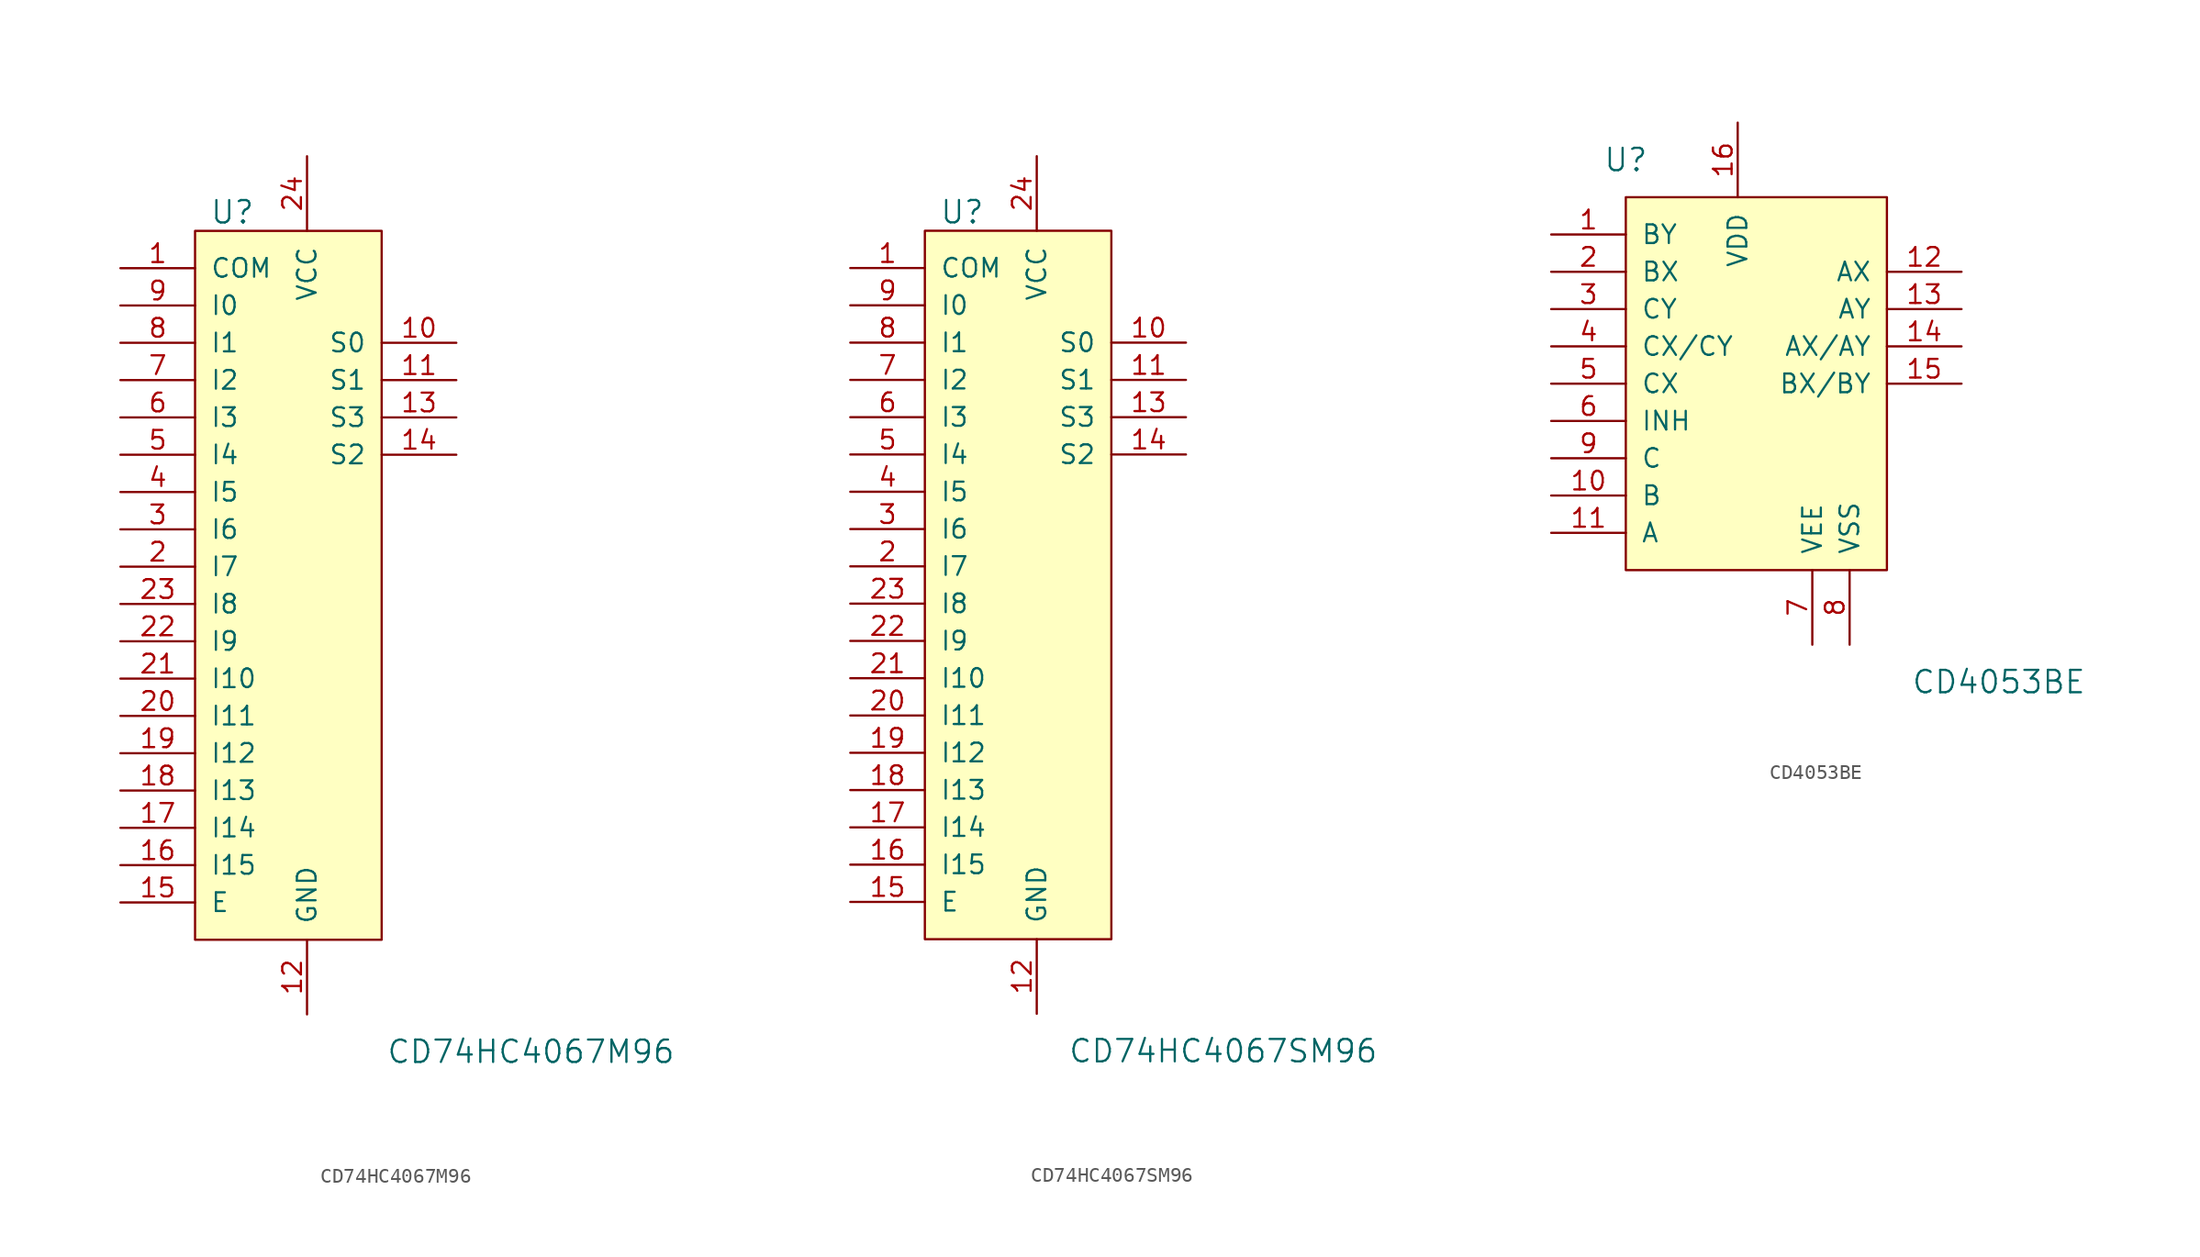
<source format=kicad_sym>
(kicad_symbol_lib
  (version 20201005)
  (generator kicad_symbol_editor)
  (symbol "CD74HC4067M96"
    (pin_names
      (offset 1.016))
    (property "Reference" "U"
      (at -2.54 24.13 0)
      (effects (font (size 1.524 1.524))))
    (property "Value" "CD74HC4067M96"
      (at 17.78 -33.02 0)
      (effects (font (size 1.524 1.524))))
    (symbol "CD74HC4067M96_0_1"
      (rectangle (start -5.08 22.86) (end 7.62 -25.4) (stroke (width 0)) (fill (type background))))
    (symbol "CD74HC4067M96_1_1"
      (pin bidirectional line (at -10.16 20.32 0) (length 5.08) (name "COM" (effects (font (size 1.27 1.27)))) (number "1" (effects (font (size 1.27 1.27)))))
      (pin input line (at -10.16 0 0) (length 5.08) (name "I7" (effects (font (size 1.27 1.27)))) (number "2" (effects (font (size 1.27 1.27)))))
      (pin input line (at -10.16 2.54 0) (length 5.08) (name "I6" (effects (font (size 1.27 1.27)))) (number "3" (effects (font (size 1.27 1.27)))))
      (pin input line (at -10.16 5.08 0) (length 5.08) (name "I5" (effects (font (size 1.27 1.27)))) (number "4" (effects (font (size 1.27 1.27)))))
      (pin input line (at -10.16 7.62 0) (length 5.08) (name "I4" (effects (font (size 1.27 1.27)))) (number "5" (effects (font (size 1.27 1.27)))))
      (pin input line (at -10.16 10.16 0) (length 5.08) (name "I3" (effects (font (size 1.27 1.27)))) (number "6" (effects (font (size 1.27 1.27)))))
      (pin input line (at -10.16 12.7 0) (length 5.08) (name "I2" (effects (font (size 1.27 1.27)))) (number "7" (effects (font (size 1.27 1.27)))))
      (pin input line (at -10.16 15.24 0) (length 5.08) (name "I1" (effects (font (size 1.27 1.27)))) (number "8" (effects (font (size 1.27 1.27)))))
      (pin input line (at -10.16 17.78 0) (length 5.08) (name "I0" (effects (font (size 1.27 1.27)))) (number "9" (effects (font (size 1.27 1.27)))))
      (pin input line (at 12.7 15.24 180) (length 5.08) (name "S0" (effects (font (size 1.27 1.27)))) (number "10" (effects (font (size 1.27 1.27)))))
      (pin input line (at -10.16 -10.16 0) (length 5.08) (name "I11" (effects (font (size 1.27 1.27)))) (number "20" (effects (font (size 1.27 1.27)))))
      (pin input line (at 12.7 12.7 180) (length 5.08) (name "S1" (effects (font (size 1.27 1.27)))) (number "11" (effects (font (size 1.27 1.27)))))
      (pin input line (at -10.16 -7.62 0) (length 5.08) (name "I10" (effects (font (size 1.27 1.27)))) (number "21" (effects (font (size 1.27 1.27)))))
      (pin power_in line (at 2.54 -30.48 90) (length 5.08) (name "GND" (effects (font (size 1.27 1.27)))) (number "12" (effects (font (size 1.27 1.27)))))
      (pin input line (at -10.16 -5.08 0) (length 5.08) (name "I9" (effects (font (size 1.27 1.27)))) (number "22" (effects (font (size 1.27 1.27)))))
      (pin input line (at 12.7 10.16 180) (length 5.08) (name "S3" (effects (font (size 1.27 1.27)))) (number "13" (effects (font (size 1.27 1.27)))))
      (pin input line (at -10.16 -2.54 0) (length 5.08) (name "I8" (effects (font (size 1.27 1.27)))) (number "23" (effects (font (size 1.27 1.27)))))
      (pin input line (at 12.7 7.62 180) (length 5.08) (name "S2" (effects (font (size 1.27 1.27)))) (number "14" (effects (font (size 1.27 1.27)))))
      (pin power_in line (at 2.54 27.94 270) (length 5.08) (name "VCC" (effects (font (size 1.27 1.27)))) (number "24" (effects (font (size 1.27 1.27)))))
      (pin input line (at -10.16 -22.86 0) (length 5.08) (name "E" (effects (font (size 1.27 1.27)))) (number "15" (effects (font (size 1.27 1.27)))))
      (pin input line (at -10.16 -20.32 0) (length 5.08) (name "I15" (effects (font (size 1.27 1.27)))) (number "16" (effects (font (size 1.27 1.27)))))
      (pin input line (at -10.16 -17.78 0) (length 5.08) (name "I14" (effects (font (size 1.27 1.27)))) (number "17" (effects (font (size 1.27 1.27)))))
      (pin input line (at -10.16 -15.24 0) (length 5.08) (name "I13" (effects (font (size 1.27 1.27)))) (number "18" (effects (font (size 1.27 1.27)))))
      (pin input line (at -10.16 -12.7 0) (length 5.08) (name "I12" (effects (font (size 1.27 1.27)))) (number "19" (effects (font (size 1.27 1.27)))))))
  (symbol "CD74HC4067SM96"
    (pin_names
      (offset 1.016))
    (property "Reference" "U"
      (at -5.08 24.13 0)
      (effects (font (size 1.524 1.524))))
    (property "Value" "CD74HC4067SM96"
      (at 12.7 -33.02 0)
      (effects (font (size 1.524 1.524))))
    (symbol "CD74HC4067SM96_0_1"
      (rectangle (start -7.62 22.86) (end 5.08 -25.4) (stroke (width 0)) (fill (type background))))
    (symbol "CD74HC4067SM96_1_1"
      (pin bidirectional line (at -12.7 20.32 0) (length 5.08) (name "COM" (effects (font (size 1.27 1.27)))) (number "1" (effects (font (size 1.27 1.27)))))
      (pin input line (at -12.7 0 0) (length 5.08) (name "I7" (effects (font (size 1.27 1.27)))) (number "2" (effects (font (size 1.27 1.27)))))
      (pin input line (at -12.7 2.54 0) (length 5.08) (name "I6" (effects (font (size 1.27 1.27)))) (number "3" (effects (font (size 1.27 1.27)))))
      (pin input line (at -12.7 5.08 0) (length 5.08) (name "I5" (effects (font (size 1.27 1.27)))) (number "4" (effects (font (size 1.27 1.27)))))
      (pin input line (at -12.7 7.62 0) (length 5.08) (name "I4" (effects (font (size 1.27 1.27)))) (number "5" (effects (font (size 1.27 1.27)))))
      (pin input line (at -12.7 10.16 0) (length 5.08) (name "I3" (effects (font (size 1.27 1.27)))) (number "6" (effects (font (size 1.27 1.27)))))
      (pin input line (at -12.7 12.7 0) (length 5.08) (name "I2" (effects (font (size 1.27 1.27)))) (number "7" (effects (font (size 1.27 1.27)))))
      (pin input line (at -12.7 15.24 0) (length 5.08) (name "I1" (effects (font (size 1.27 1.27)))) (number "8" (effects (font (size 1.27 1.27)))))
      (pin input line (at -12.7 17.78 0) (length 5.08) (name "I0" (effects (font (size 1.27 1.27)))) (number "9" (effects (font (size 1.27 1.27)))))
      (pin input line (at 10.16 15.24 180) (length 5.08) (name "S0" (effects (font (size 1.27 1.27)))) (number "10" (effects (font (size 1.27 1.27)))))
      (pin input line (at -12.7 -10.16 0) (length 5.08) (name "I11" (effects (font (size 1.27 1.27)))) (number "20" (effects (font (size 1.27 1.27)))))
      (pin input line (at 10.16 12.7 180) (length 5.08) (name "S1" (effects (font (size 1.27 1.27)))) (number "11" (effects (font (size 1.27 1.27)))))
      (pin input line (at -12.7 -7.62 0) (length 5.08) (name "I10" (effects (font (size 1.27 1.27)))) (number "21" (effects (font (size 1.27 1.27)))))
      (pin power_in line (at 0 -30.48 90) (length 5.08) (name "GND" (effects (font (size 1.27 1.27)))) (number "12" (effects (font (size 1.27 1.27)))))
      (pin input line (at -12.7 -5.08 0) (length 5.08) (name "I9" (effects (font (size 1.27 1.27)))) (number "22" (effects (font (size 1.27 1.27)))))
      (pin input line (at 10.16 10.16 180) (length 5.08) (name "S3" (effects (font (size 1.27 1.27)))) (number "13" (effects (font (size 1.27 1.27)))))
      (pin input line (at -12.7 -2.54 0) (length 5.08) (name "I8" (effects (font (size 1.27 1.27)))) (number "23" (effects (font (size 1.27 1.27)))))
      (pin input line (at 10.16 7.62 180) (length 5.08) (name "S2" (effects (font (size 1.27 1.27)))) (number "14" (effects (font (size 1.27 1.27)))))
      (pin power_in line (at 0 27.94 270) (length 5.08) (name "VCC" (effects (font (size 1.27 1.27)))) (number "24" (effects (font (size 1.27 1.27)))))
      (pin input line (at -12.7 -22.86 0) (length 5.08) (name "E" (effects (font (size 1.27 1.27)))) (number "15" (effects (font (size 1.27 1.27)))))
      (pin input line (at -12.7 -20.32 0) (length 5.08) (name "I15" (effects (font (size 1.27 1.27)))) (number "16" (effects (font (size 1.27 1.27)))))
      (pin input line (at -12.7 -17.78 0) (length 5.08) (name "I14" (effects (font (size 1.27 1.27)))) (number "17" (effects (font (size 1.27 1.27)))))
      (pin input line (at -12.7 -15.24 0) (length 5.08) (name "I13" (effects (font (size 1.27 1.27)))) (number "18" (effects (font (size 1.27 1.27)))))
      (pin input line (at -12.7 -12.7 0) (length 5.08) (name "I12" (effects (font (size 1.27 1.27)))) (number "19" (effects (font (size 1.27 1.27)))))))
  (symbol "CD4053BE"
    (pin_names
      (offset 1.016))
    (property "Reference" "U"
      (at -7.62 15.24 0)
      (effects (font (size 1.524 1.524))))
    (property "Value" "CD4053BE"
      (at 17.78 -20.32 0)
      (effects (font (size 1.524 1.524))))
    (symbol "CD4053BE_0_1"
      (rectangle (start -7.62 12.7) (end 10.16 -12.7) (stroke (width 0)) (fill (type background))))
    (symbol "CD4053BE_1_1"
      (pin bidirectional line (at -12.7 10.16 0) (length 5.08) (name "BY" (effects (font (size 1.27 1.27)))) (number "1" (effects (font (size 1.27 1.27)))))
      (pin bidirectional line (at -12.7 7.62 0) (length 5.08) (name "BX" (effects (font (size 1.27 1.27)))) (number "2" (effects (font (size 1.27 1.27)))))
      (pin bidirectional line (at -12.7 5.08 0) (length 5.08) (name "CY" (effects (font (size 1.27 1.27)))) (number "3" (effects (font (size 1.27 1.27)))))
      (pin bidirectional line (at -12.7 2.54 0) (length 5.08) (name "CX/CY" (effects (font (size 1.27 1.27)))) (number "4" (effects (font (size 1.27 1.27)))))
      (pin bidirectional line (at -12.7 0 0) (length 5.08) (name "CX" (effects (font (size 1.27 1.27)))) (number "5" (effects (font (size 1.27 1.27)))))
      (pin input line (at -12.7 -2.54 0) (length 5.08) (name "INH" (effects (font (size 1.27 1.27)))) (number "6" (effects (font (size 1.27 1.27)))))
      (pin power_in line (at 5.08 -17.78 90) (length 5.08) (name "VEE" (effects (font (size 1.27 1.27)))) (number "7" (effects (font (size 1.27 1.27)))))
      (pin power_in line (at 7.62 -17.78 90) (length 5.08) (name "VSS" (effects (font (size 1.27 1.27)))) (number "8" (effects (font (size 1.27 1.27)))))
      (pin input line (at -12.7 -5.08 0) (length 5.08) (name "C" (effects (font (size 1.27 1.27)))) (number "9" (effects (font (size 1.27 1.27)))))
      (pin input line (at -12.7 -7.62 0) (length 5.08) (name "B" (effects (font (size 1.27 1.27)))) (number "10" (effects (font (size 1.27 1.27)))))
      (pin input line (at -12.7 -10.16 0) (length 5.08) (name "A" (effects (font (size 1.27 1.27)))) (number "11" (effects (font (size 1.27 1.27)))))
      (pin bidirectional line (at 15.24 7.62 180) (length 5.08) (name "AX" (effects (font (size 1.27 1.27)))) (number "12" (effects (font (size 1.27 1.27)))))
      (pin bidirectional line (at 15.24 5.08 180) (length 5.08) (name "AY" (effects (font (size 1.27 1.27)))) (number "13" (effects (font (size 1.27 1.27)))))
      (pin bidirectional line (at 15.24 2.54 180) (length 5.08) (name "AX/AY" (effects (font (size 1.27 1.27)))) (number "14" (effects (font (size 1.27 1.27)))))
      (pin bidirectional line (at 15.24 0 180) (length 5.08) (name "BX/BY" (effects (font (size 1.27 1.27)))) (number "15" (effects (font (size 1.27 1.27)))))
      (pin power_in line (at 0 17.78 270) (length 5.08) (name "VDD" (effects (font (size 1.27 1.27)))) (number "16" (effects (font (size 1.27 1.27))))))))
</source>
